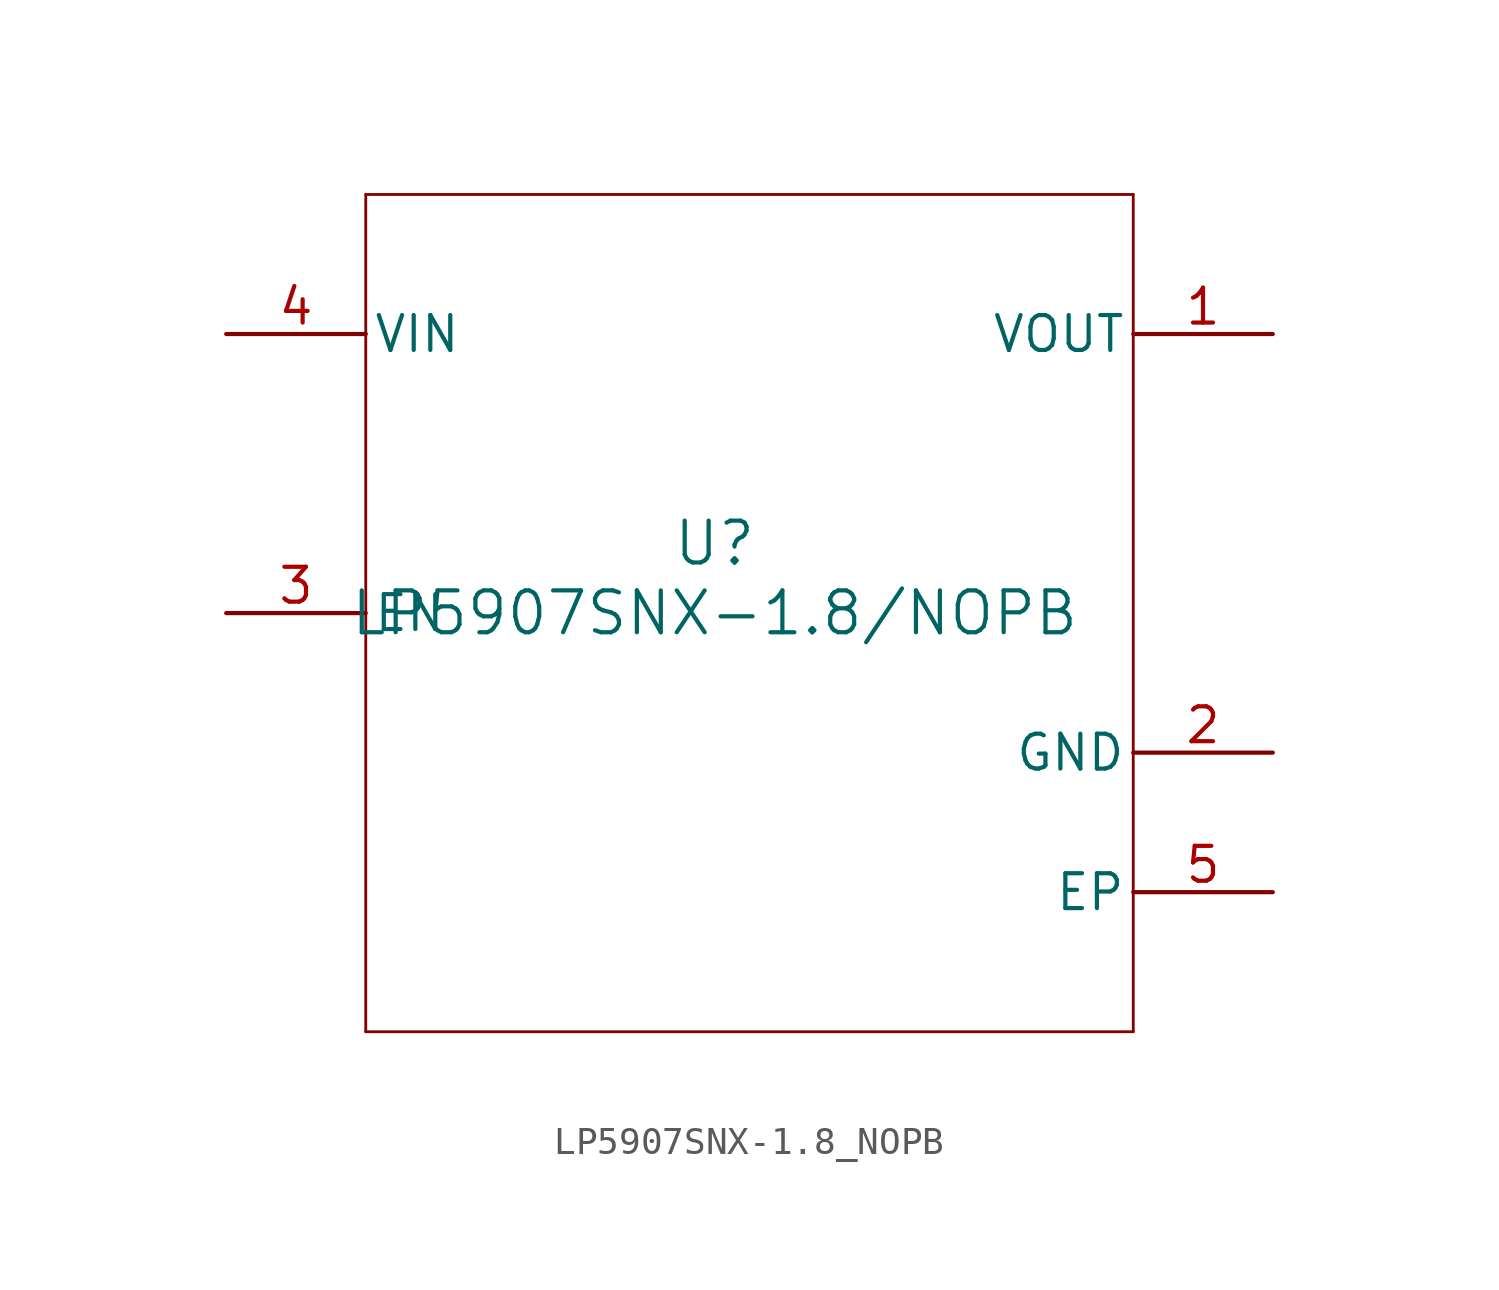
<source format=kicad_sym>
(kicad_symbol_lib
  (version 20211014)
  (generator kicad_symbol_editor)
  (symbol "LP5907SNX-1.8_NOPB"
    (pin_names
      (offset 0.254))
    (property "Reference" "U"
      (at 0 2.54 0)
      (effects (font (size 1.524 1.524))))
    (property "Value" "LP5907SNX-1.8/NOPB"
      (at 0 0 0)
      (effects (font (size 1.524 1.524))))
    (symbol "LP5907SNX-1.8_NOPB_0_1"
      (polyline (pts (xy -12.7 -15.24) (xy 15.24 -15.24)) (stroke (width 0.102) (type default) (color 0 0 0 0)) (fill (type none)))
      (polyline (pts (xy 15.24 -15.24) (xy 15.24 15.24)) (stroke (width 0.102) (type default) (color 0 0 0 0)) (fill (type none)))
      (polyline (pts (xy 15.24 15.24) (xy -12.7 15.24)) (stroke (width 0.102) (type default) (color 0 0 0 0)) (fill (type none)))
      (polyline (pts (xy -12.7 15.24) (xy -12.7 -15.24)) (stroke (width 0.102) (type default) (color 0 0 0 0)) (fill (type none)))
      (pin power_in line (at 20.32 10.16 180) (length 5.08) (name "VOUT" (effects (font (size 1.27 1.27)))) (number "1" (effects (font (size 1.27 1.27)))))
      (pin power_in line (at 20.32 -5.08 180) (length 5.08) (name "GND" (effects (font (size 1.27 1.27)))) (number "2" (effects (font (size 1.27 1.27)))))
      (pin input line (at -17.78 0 0) (length 5.08) (name "EN" (effects (font (size 1.27 1.27)))) (number "3" (effects (font (size 1.27 1.27)))))
      (pin power_in line (at -17.78 10.16 0) (length 5.08) (name "VIN" (effects (font (size 1.27 1.27)))) (number "4" (effects (font (size 1.27 1.27)))))
      (pin power_in line (at 20.32 -10.16 180) (length 5.08) (name "EP" (effects (font (size 1.27 1.27)))) (number "5" (effects (font (size 1.27 1.27))))))))
</source>
